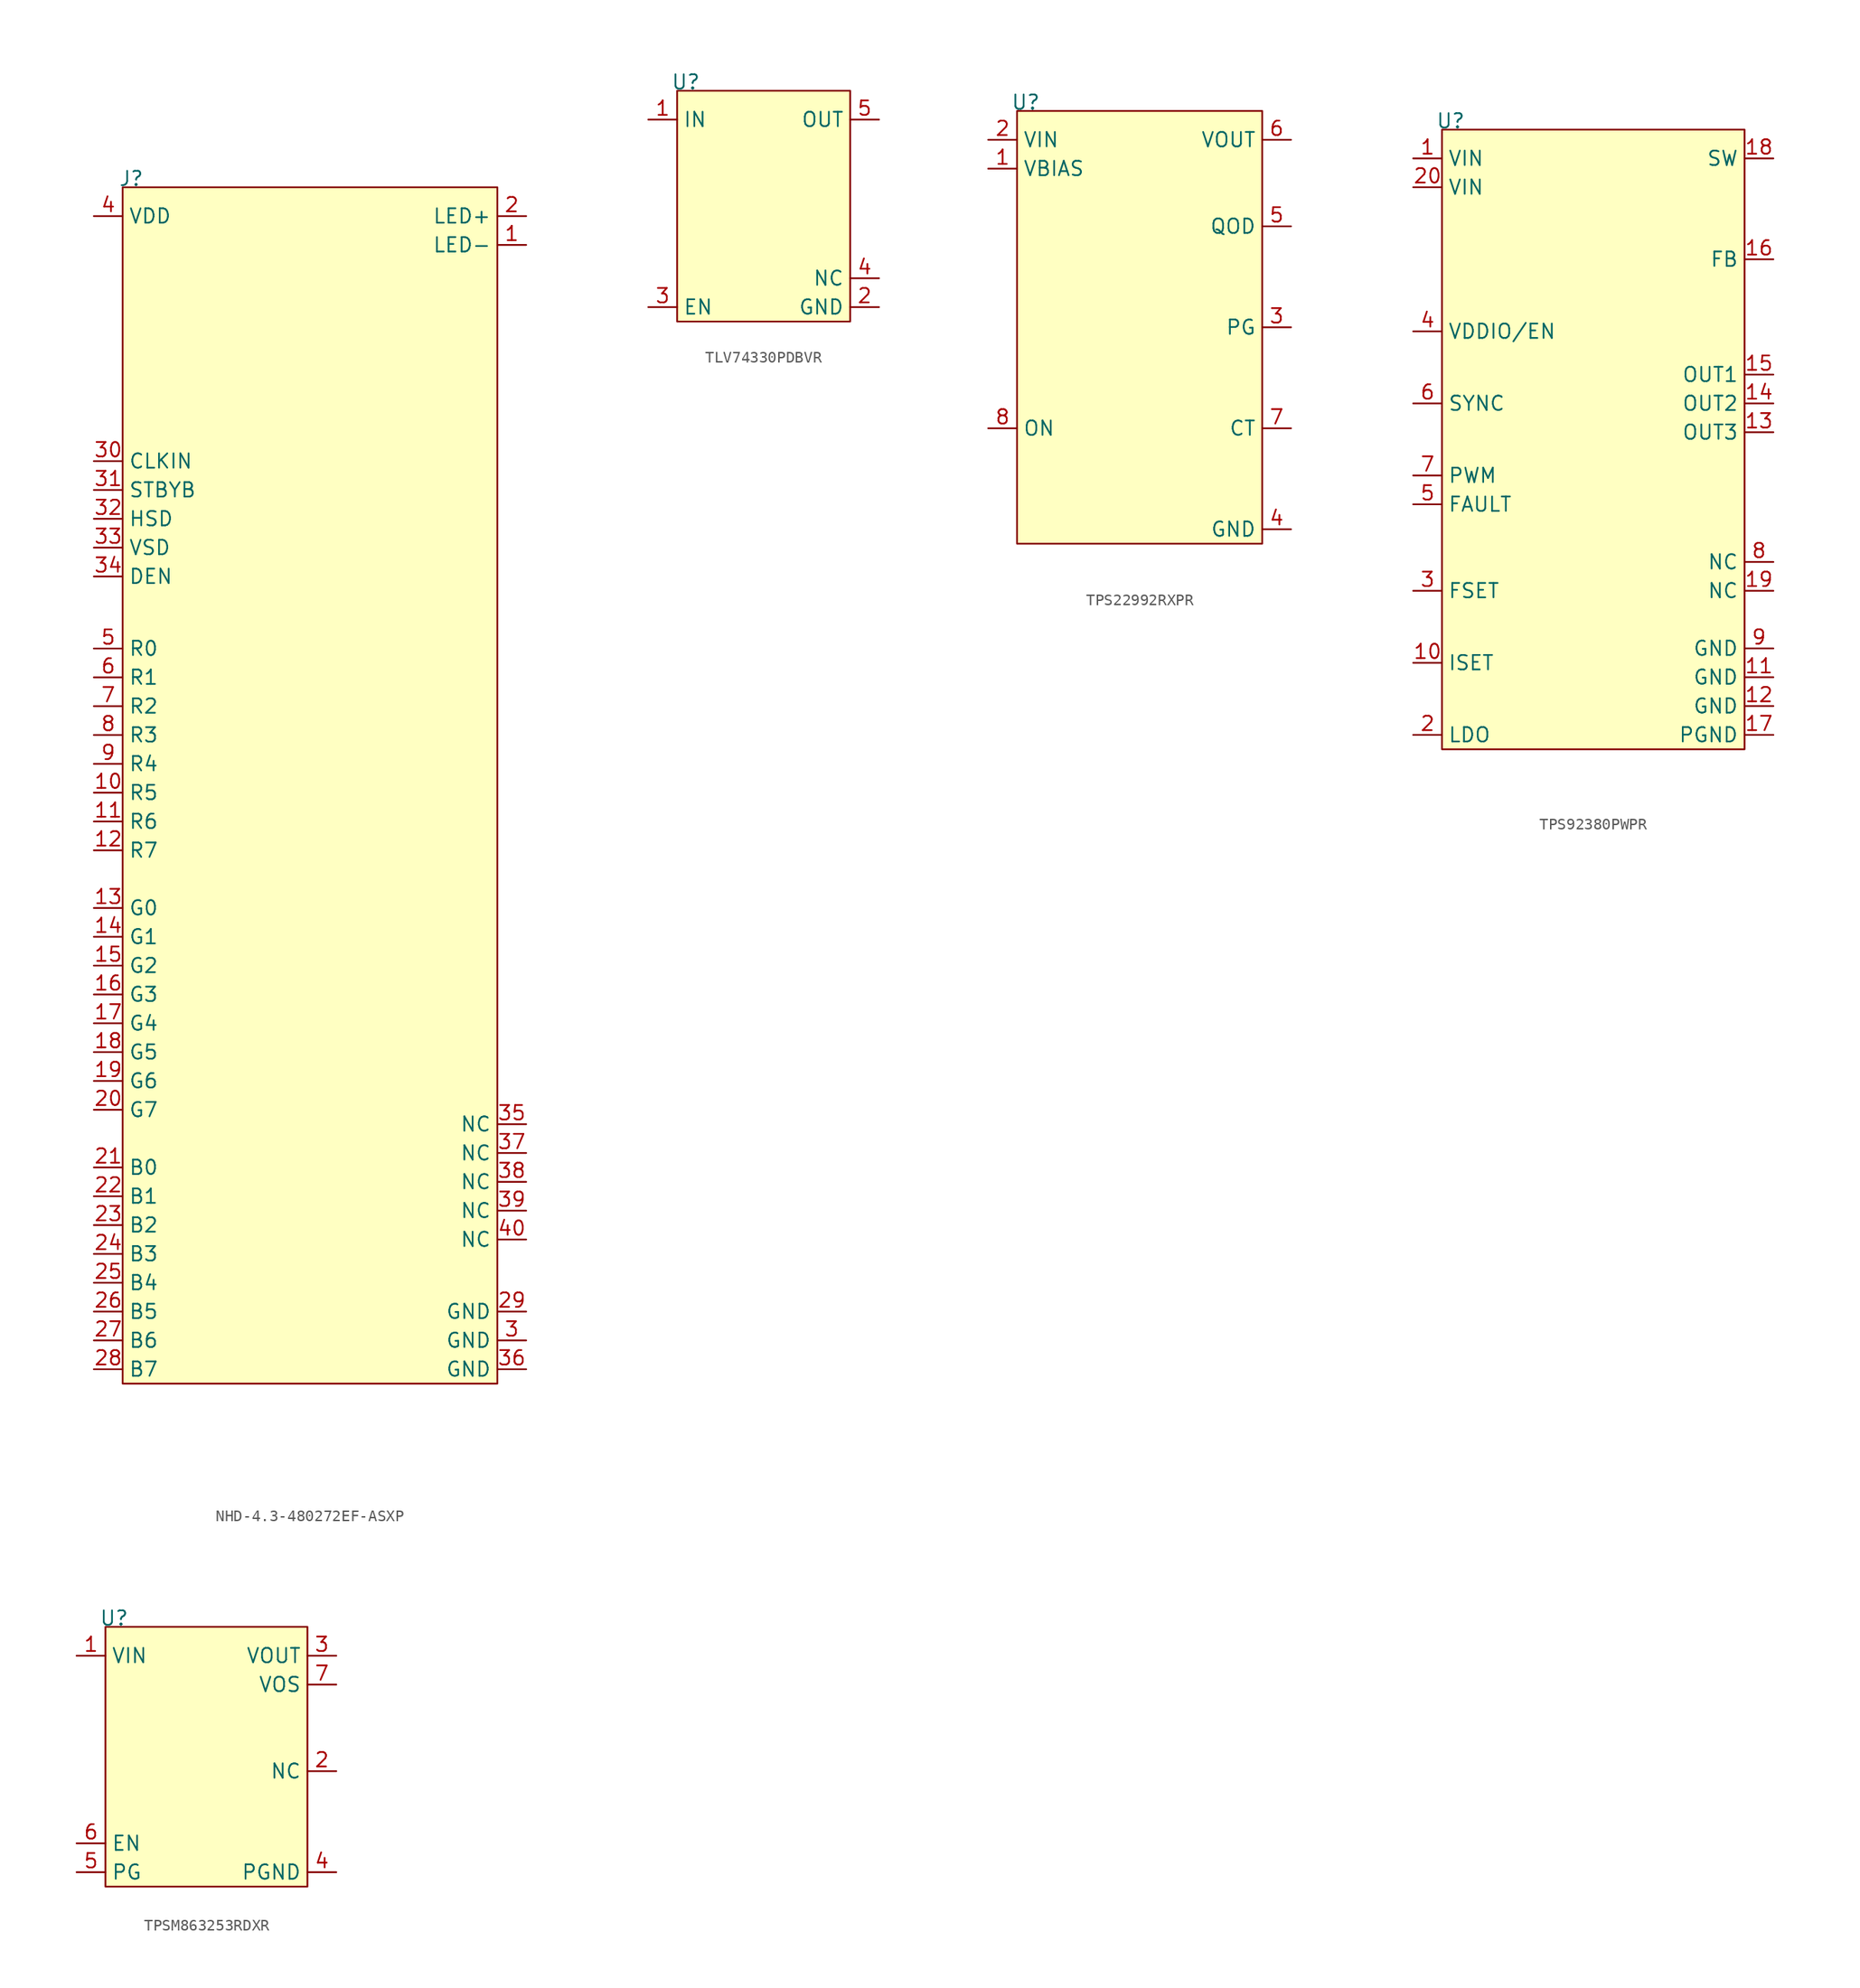
<source format=kicad_sym>
(kicad_symbol_lib
  (version 20241209)
  (generator "kicad_symbol_editor")
  (generator_version "9.0")
  (symbol "NHD-4.3-480272EF-ASXP"
    (property "Reference" "J"
      (at 0.762 0.762 0)
      (effects (font (size 1.27 1.27))))
    (property "Value" ""
      (at 0 0 0)
      (effects (font (size 1.27 1.27))))
    (symbol "NHD-4.3-480272EF-ASXP_0_1"
      (rectangle (start 0 0) (end 33.02 -105.41) (stroke (width 0) (type default)) (fill (type background))))
    (symbol "NHD-4.3-480272EF-ASXP_1_1"
      (pin power_in line (at -2.54 -2.54 0) (length 2.54) (name "VDD" (effects (font (size 1.27 1.27)))) (number "4" (effects (font (size 1.27 1.27)))))
      (pin input line (at -2.54 -24.13 0) (length 2.54) (name "CLKIN" (effects (font (size 1.27 1.27)))) (number "30" (effects (font (size 1.27 1.27)))))
      (pin input line (at -2.54 -26.67 0) (length 2.54) (name "STBYB" (effects (font (size 1.27 1.27)))) (number "31" (effects (font (size 1.27 1.27)))))
      (pin input line (at -2.54 -29.21 0) (length 2.54) (name "HSD" (effects (font (size 1.27 1.27)))) (number "32" (effects (font (size 1.27 1.27)))))
      (pin input line (at -2.54 -31.75 0) (length 2.54) (name "VSD" (effects (font (size 1.27 1.27)))) (number "33" (effects (font (size 1.27 1.27)))))
      (pin input line (at -2.54 -34.29 0) (length 2.54) (name "DEN" (effects (font (size 1.27 1.27)))) (number "34" (effects (font (size 1.27 1.27)))))
      (pin input line (at -2.54 -40.64 0) (length 2.54) (name "R0" (effects (font (size 1.27 1.27)))) (number "5" (effects (font (size 1.27 1.27)))))
      (pin input line (at -2.54 -43.18 0) (length 2.54) (name "R1" (effects (font (size 1.27 1.27)))) (number "6" (effects (font (size 1.27 1.27)))))
      (pin input line (at -2.54 -45.72 0) (length 2.54) (name "R2" (effects (font (size 1.27 1.27)))) (number "7" (effects (font (size 1.27 1.27)))))
      (pin input line (at -2.54 -48.26 0) (length 2.54) (name "R3" (effects (font (size 1.27 1.27)))) (number "8" (effects (font (size 1.27 1.27)))))
      (pin input line (at -2.54 -50.8 0) (length 2.54) (name "R4" (effects (font (size 1.27 1.27)))) (number "9" (effects (font (size 1.27 1.27)))))
      (pin input line (at -2.54 -53.34 0) (length 2.54) (name "R5" (effects (font (size 1.27 1.27)))) (number "10" (effects (font (size 1.27 1.27)))))
      (pin input line (at -2.54 -55.88 0) (length 2.54) (name "R6" (effects (font (size 1.27 1.27)))) (number "11" (effects (font (size 1.27 1.27)))))
      (pin input line (at -2.54 -58.42 0) (length 2.54) (name "R7" (effects (font (size 1.27 1.27)))) (number "12" (effects (font (size 1.27 1.27)))))
      (pin input line (at -2.54 -63.5 0) (length 2.54) (name "G0" (effects (font (size 1.27 1.27)))) (number "13" (effects (font (size 1.27 1.27)))))
      (pin input line (at -2.54 -66.04 0) (length 2.54) (name "G1" (effects (font (size 1.27 1.27)))) (number "14" (effects (font (size 1.27 1.27)))))
      (pin input line (at -2.54 -68.58 0) (length 2.54) (name "G2" (effects (font (size 1.27 1.27)))) (number "15" (effects (font (size 1.27 1.27)))))
      (pin input line (at -2.54 -71.12 0) (length 2.54) (name "G3" (effects (font (size 1.27 1.27)))) (number "16" (effects (font (size 1.27 1.27)))))
      (pin input line (at -2.54 -73.66 0) (length 2.54) (name "G4" (effects (font (size 1.27 1.27)))) (number "17" (effects (font (size 1.27 1.27)))))
      (pin input line (at -2.54 -76.2 0) (length 2.54) (name "G5" (effects (font (size 1.27 1.27)))) (number "18" (effects (font (size 1.27 1.27)))))
      (pin input line (at -2.54 -78.74 0) (length 2.54) (name "G6" (effects (font (size 1.27 1.27)))) (number "19" (effects (font (size 1.27 1.27)))))
      (pin input line (at -2.54 -81.28 0) (length 2.54) (name "G7" (effects (font (size 1.27 1.27)))) (number "20" (effects (font (size 1.27 1.27)))))
      (pin input line (at -2.54 -86.36 0) (length 2.54) (name "B0" (effects (font (size 1.27 1.27)))) (number "21" (effects (font (size 1.27 1.27)))))
      (pin input line (at -2.54 -88.9 0) (length 2.54) (name "B1" (effects (font (size 1.27 1.27)))) (number "22" (effects (font (size 1.27 1.27)))))
      (pin input line (at -2.54 -91.44 0) (length 2.54) (name "B2" (effects (font (size 1.27 1.27)))) (number "23" (effects (font (size 1.27 1.27)))))
      (pin input line (at -2.54 -93.98 0) (length 2.54) (name "B3" (effects (font (size 1.27 1.27)))) (number "24" (effects (font (size 1.27 1.27)))))
      (pin input line (at -2.54 -96.52 0) (length 2.54) (name "B4" (effects (font (size 1.27 1.27)))) (number "25" (effects (font (size 1.27 1.27)))))
      (pin input line (at -2.54 -99.06 0) (length 2.54) (name "B5" (effects (font (size 1.27 1.27)))) (number "26" (effects (font (size 1.27 1.27)))))
      (pin input line (at -2.54 -101.6 0) (length 2.54) (name "B6" (effects (font (size 1.27 1.27)))) (number "27" (effects (font (size 1.27 1.27)))))
      (pin input line (at -2.54 -104.14 0) (length 2.54) (name "B7" (effects (font (size 1.27 1.27)))) (number "28" (effects (font (size 1.27 1.27)))))
      (pin power_in line (at 35.56 -2.54 180) (length 2.54) (name "LED+" (effects (font (size 1.27 1.27)))) (number "2" (effects (font (size 1.27 1.27)))))
      (pin power_in line (at 35.56 -5.08 180) (length 2.54) (name "LED-" (effects (font (size 1.27 1.27)))) (number "1" (effects (font (size 1.27 1.27)))))
      (pin passive line (at 35.56 -82.55 180) (length 2.54) (name "NC" (effects (font (size 1.27 1.27)))) (number "35" (effects (font (size 1.27 1.27)))))
      (pin passive line (at 35.56 -85.09 180) (length 2.54) (name "NC" (effects (font (size 1.27 1.27)))) (number "37" (effects (font (size 1.27 1.27)))))
      (pin passive line (at 35.56 -87.63 180) (length 2.54) (name "NC" (effects (font (size 1.27 1.27)))) (number "38" (effects (font (size 1.27 1.27)))))
      (pin passive line (at 35.56 -90.17 180) (length 2.54) (name "NC" (effects (font (size 1.27 1.27)))) (number "39" (effects (font (size 1.27 1.27)))))
      (pin passive line (at 35.56 -92.71 180) (length 2.54) (name "NC" (effects (font (size 1.27 1.27)))) (number "40" (effects (font (size 1.27 1.27)))))
      (pin power_in line (at 35.56 -99.06 180) (length 2.54) (name "GND" (effects (font (size 1.27 1.27)))) (number "29" (effects (font (size 1.27 1.27)))))
      (pin power_in line (at 35.56 -101.6 180) (length 2.54) (name "GND" (effects (font (size 1.27 1.27)))) (number "3" (effects (font (size 1.27 1.27)))))
      (pin power_in line (at 35.56 -104.14 180) (length 2.54) (name "GND" (effects (font (size 1.27 1.27)))) (number "36" (effects (font (size 1.27 1.27)))))))
  (symbol "TLV74330PDBVR"
    (property "Reference" "U"
      (at 0.762 0.762 0)
      (effects (font (size 1.27 1.27))))
    (property "Value" ""
      (at 0 0 0)
      (effects (font (size 1.27 1.27))))
    (symbol "TLV74330PDBVR_0_1"
      (rectangle (start 0 0) (end 15.24 -20.32) (stroke (width 0) (type default)) (fill (type background))))
    (symbol "TLV74330PDBVR_1_1"
      (pin power_in line (at -2.54 -2.54 0) (length 2.54) (name "IN" (effects (font (size 1.27 1.27)))) (number "1" (effects (font (size 1.27 1.27)))))
      (pin input line (at -2.54 -19.05 0) (length 2.54) (name "EN" (effects (font (size 1.27 1.27)))) (number "3" (effects (font (size 1.27 1.27)))))
      (pin power_out line (at 17.78 -2.54 180) (length 2.54) (name "OUT" (effects (font (size 1.27 1.27)))) (number "5" (effects (font (size 1.27 1.27)))))
      (pin passive line (at 17.78 -16.51 180) (length 2.54) (name "NC" (effects (font (size 1.27 1.27)))) (number "4" (effects (font (size 1.27 1.27)))))
      (pin power_in line (at 17.78 -19.05 180) (length 2.54) (name "GND" (effects (font (size 1.27 1.27)))) (number "2" (effects (font (size 1.27 1.27)))))))
  (symbol "TPS22992RXPR"
    (property "Reference" "U"
      (at 0.762 0.762 0)
      (effects (font (size 1.27 1.27))))
    (property "Value" ""
      (at 0 0 0)
      (effects (font (size 1.27 1.27))))
    (symbol "TPS22992RXPR_0_1"
      (rectangle (start 0 0) (end 21.59 -38.1) (stroke (width 0) (type default)) (fill (type background))))
    (symbol "TPS22992RXPR_1_1"
      (pin power_in line (at -2.54 -2.54 0) (length 2.54) (name "VIN" (effects (font (size 1.27 1.27)))) (number "2" (effects (font (size 1.27 1.27)))))
      (pin power_in line (at -2.54 -5.08 0) (length 2.54) (name "VBIAS" (effects (font (size 1.27 1.27)))) (number "1" (effects (font (size 1.27 1.27)))))
      (pin input line (at -2.54 -27.94 0) (length 2.54) (name "ON" (effects (font (size 1.27 1.27)))) (number "8" (effects (font (size 1.27 1.27)))))
      (pin power_out line (at 24.13 -2.54 180) (length 2.54) (name "VOUT" (effects (font (size 1.27 1.27)))) (number "6" (effects (font (size 1.27 1.27)))))
      (pin power_out line (at 24.13 -10.16 180) (length 2.54) (name "QOD" (effects (font (size 1.27 1.27)))) (number "5" (effects (font (size 1.27 1.27)))))
      (pin output line (at 24.13 -19.05 180) (length 2.54) (name "PG" (effects (font (size 1.27 1.27)))) (number "3" (effects (font (size 1.27 1.27)))))
      (pin power_out line (at 24.13 -27.94 180) (length 2.54) (name "CT" (effects (font (size 1.27 1.27)))) (number "7" (effects (font (size 1.27 1.27)))))
      (pin power_in line (at 24.13 -36.83 180) (length 2.54) (name "GND" (effects (font (size 1.27 1.27)))) (number "4" (effects (font (size 1.27 1.27)))))))
  (symbol "TPS92380PWPR"
    (property "Reference" "U"
      (at 0.762 0.762 0)
      (effects (font (size 1.27 1.27))))
    (property "Value" ""
      (at 0 0 0)
      (effects (font (size 1.27 1.27))))
    (symbol "TPS92380PWPR_0_1"
      (rectangle (start 0 0) (end 26.67 -54.61) (stroke (width 0) (type default)) (fill (type background))))
    (symbol "TPS92380PWPR_1_1"
      (pin power_in line (at -2.54 -2.54 0) (length 2.54) (name "VIN" (effects (font (size 1.27 1.27)))) (number "1" (effects (font (size 1.27 1.27)))))
      (pin power_in line (at -2.54 -5.08 0) (length 2.54) (name "VIN" (effects (font (size 1.27 1.27)))) (number "20" (effects (font (size 1.27 1.27)))))
      (pin input line (at -2.54 -17.78 0) (length 2.54) (name "VDDIO/EN" (effects (font (size 1.27 1.27)))) (number "4" (effects (font (size 1.27 1.27)))))
      (pin input line (at -2.54 -24.13 0) (length 2.54) (name "SYNC" (effects (font (size 1.27 1.27)))) (number "6" (effects (font (size 1.27 1.27)))))
      (pin input line (at -2.54 -30.48 0) (length 2.54) (name "PWM" (effects (font (size 1.27 1.27)))) (number "7" (effects (font (size 1.27 1.27)))))
      (pin output line (at -2.54 -33.02 0) (length 2.54) (name "FAULT" (effects (font (size 1.27 1.27)))) (number "5" (effects (font (size 1.27 1.27)))))
      (pin input line (at -2.54 -40.64 0) (length 2.54) (name "FSET" (effects (font (size 1.27 1.27)))) (number "3" (effects (font (size 1.27 1.27)))))
      (pin input line (at -2.54 -46.99 0) (length 2.54) (name "ISET" (effects (font (size 1.27 1.27)))) (number "10" (effects (font (size 1.27 1.27)))))
      (pin power_out line (at -2.54 -53.34 0) (length 2.54) (name "LDO" (effects (font (size 1.27 1.27)))) (number "2" (effects (font (size 1.27 1.27)))))
      (pin input line (at 29.21 -2.54 180) (length 2.54) (name "SW" (effects (font (size 1.27 1.27)))) (number "18" (effects (font (size 1.27 1.27)))))
      (pin power_in line (at 29.21 -11.43 180) (length 2.54) (name "FB" (effects (font (size 1.27 1.27)))) (number "16" (effects (font (size 1.27 1.27)))))
      (pin power_in line (at 29.21 -21.59 180) (length 2.54) (name "OUT1" (effects (font (size 1.27 1.27)))) (number "15" (effects (font (size 1.27 1.27)))))
      (pin power_in line (at 29.21 -24.13 180) (length 2.54) (name "OUT2" (effects (font (size 1.27 1.27)))) (number "14" (effects (font (size 1.27 1.27)))))
      (pin power_in line (at 29.21 -26.67 180) (length 2.54) (name "OUT3" (effects (font (size 1.27 1.27)))) (number "13" (effects (font (size 1.27 1.27)))))
      (pin passive line (at 29.21 -38.1 180) (length 2.54) (name "NC" (effects (font (size 1.27 1.27)))) (number "8" (effects (font (size 1.27 1.27)))))
      (pin passive line (at 29.21 -40.64 180) (length 2.54) (name "NC" (effects (font (size 1.27 1.27)))) (number "19" (effects (font (size 1.27 1.27)))))
      (pin power_in line (at 29.21 -45.72 180) (length 2.54) (name "GND" (effects (font (size 1.27 1.27)))) (number "9" (effects (font (size 1.27 1.27)))))
      (pin power_in line (at 29.21 -48.26 180) (length 2.54) (name "GND" (effects (font (size 1.27 1.27)))) (number "11" (effects (font (size 1.27 1.27)))))
      (pin power_in line (at 29.21 -50.8 180) (length 2.54) (name "GND" (effects (font (size 1.27 1.27)))) (number "12" (effects (font (size 1.27 1.27)))))
      (pin power_in line (at 29.21 -53.34 180) (length 2.54) (name "PGND" (effects (font (size 1.27 1.27)))) (number "17" (effects (font (size 1.27 1.27)))))))
  (symbol "TPSM863253RDXR"
    (property "Reference" "U"
      (at 0.762 0.762 0)
      (effects (font (size 1.27 1.27))))
    (property "Value" ""
      (at 0 0 0)
      (effects (font (size 1.27 1.27))))
    (symbol "TPSM863253RDXR_0_1"
      (rectangle (start 0 0) (end 17.78 -22.86) (stroke (width 0) (type default)) (fill (type background))))
    (symbol "TPSM863253RDXR_1_1"
      (pin power_in line (at -2.54 -2.54 0) (length 2.54) (name "VIN" (effects (font (size 1.27 1.27)))) (number "1" (effects (font (size 1.27 1.27)))))
      (pin input line (at -2.54 -19.05 0) (length 2.54) (name "EN" (effects (font (size 1.27 1.27)))) (number "6" (effects (font (size 1.27 1.27)))))
      (pin output line (at -2.54 -21.59 0) (length 2.54) (name "PG" (effects (font (size 1.27 1.27)))) (number "5" (effects (font (size 1.27 1.27)))))
      (pin power_out line (at 20.32 -2.54 180) (length 2.54) (name "VOUT" (effects (font (size 1.27 1.27)))) (number "3" (effects (font (size 1.27 1.27)))))
      (pin input line (at 20.32 -5.08 180) (length 2.54) (name "VOS" (effects (font (size 1.27 1.27)))) (number "7" (effects (font (size 1.27 1.27)))))
      (pin passive line (at 20.32 -12.7 180) (length 2.54) (name "NC" (effects (font (size 1.27 1.27)))) (number "2" (effects (font (size 1.27 1.27)))))
      (pin power_out line (at 20.32 -21.59 180) (length 2.54) (name "PGND" (effects (font (size 1.27 1.27)))) (number "4" (effects (font (size 1.27 1.27))))))))
</source>
